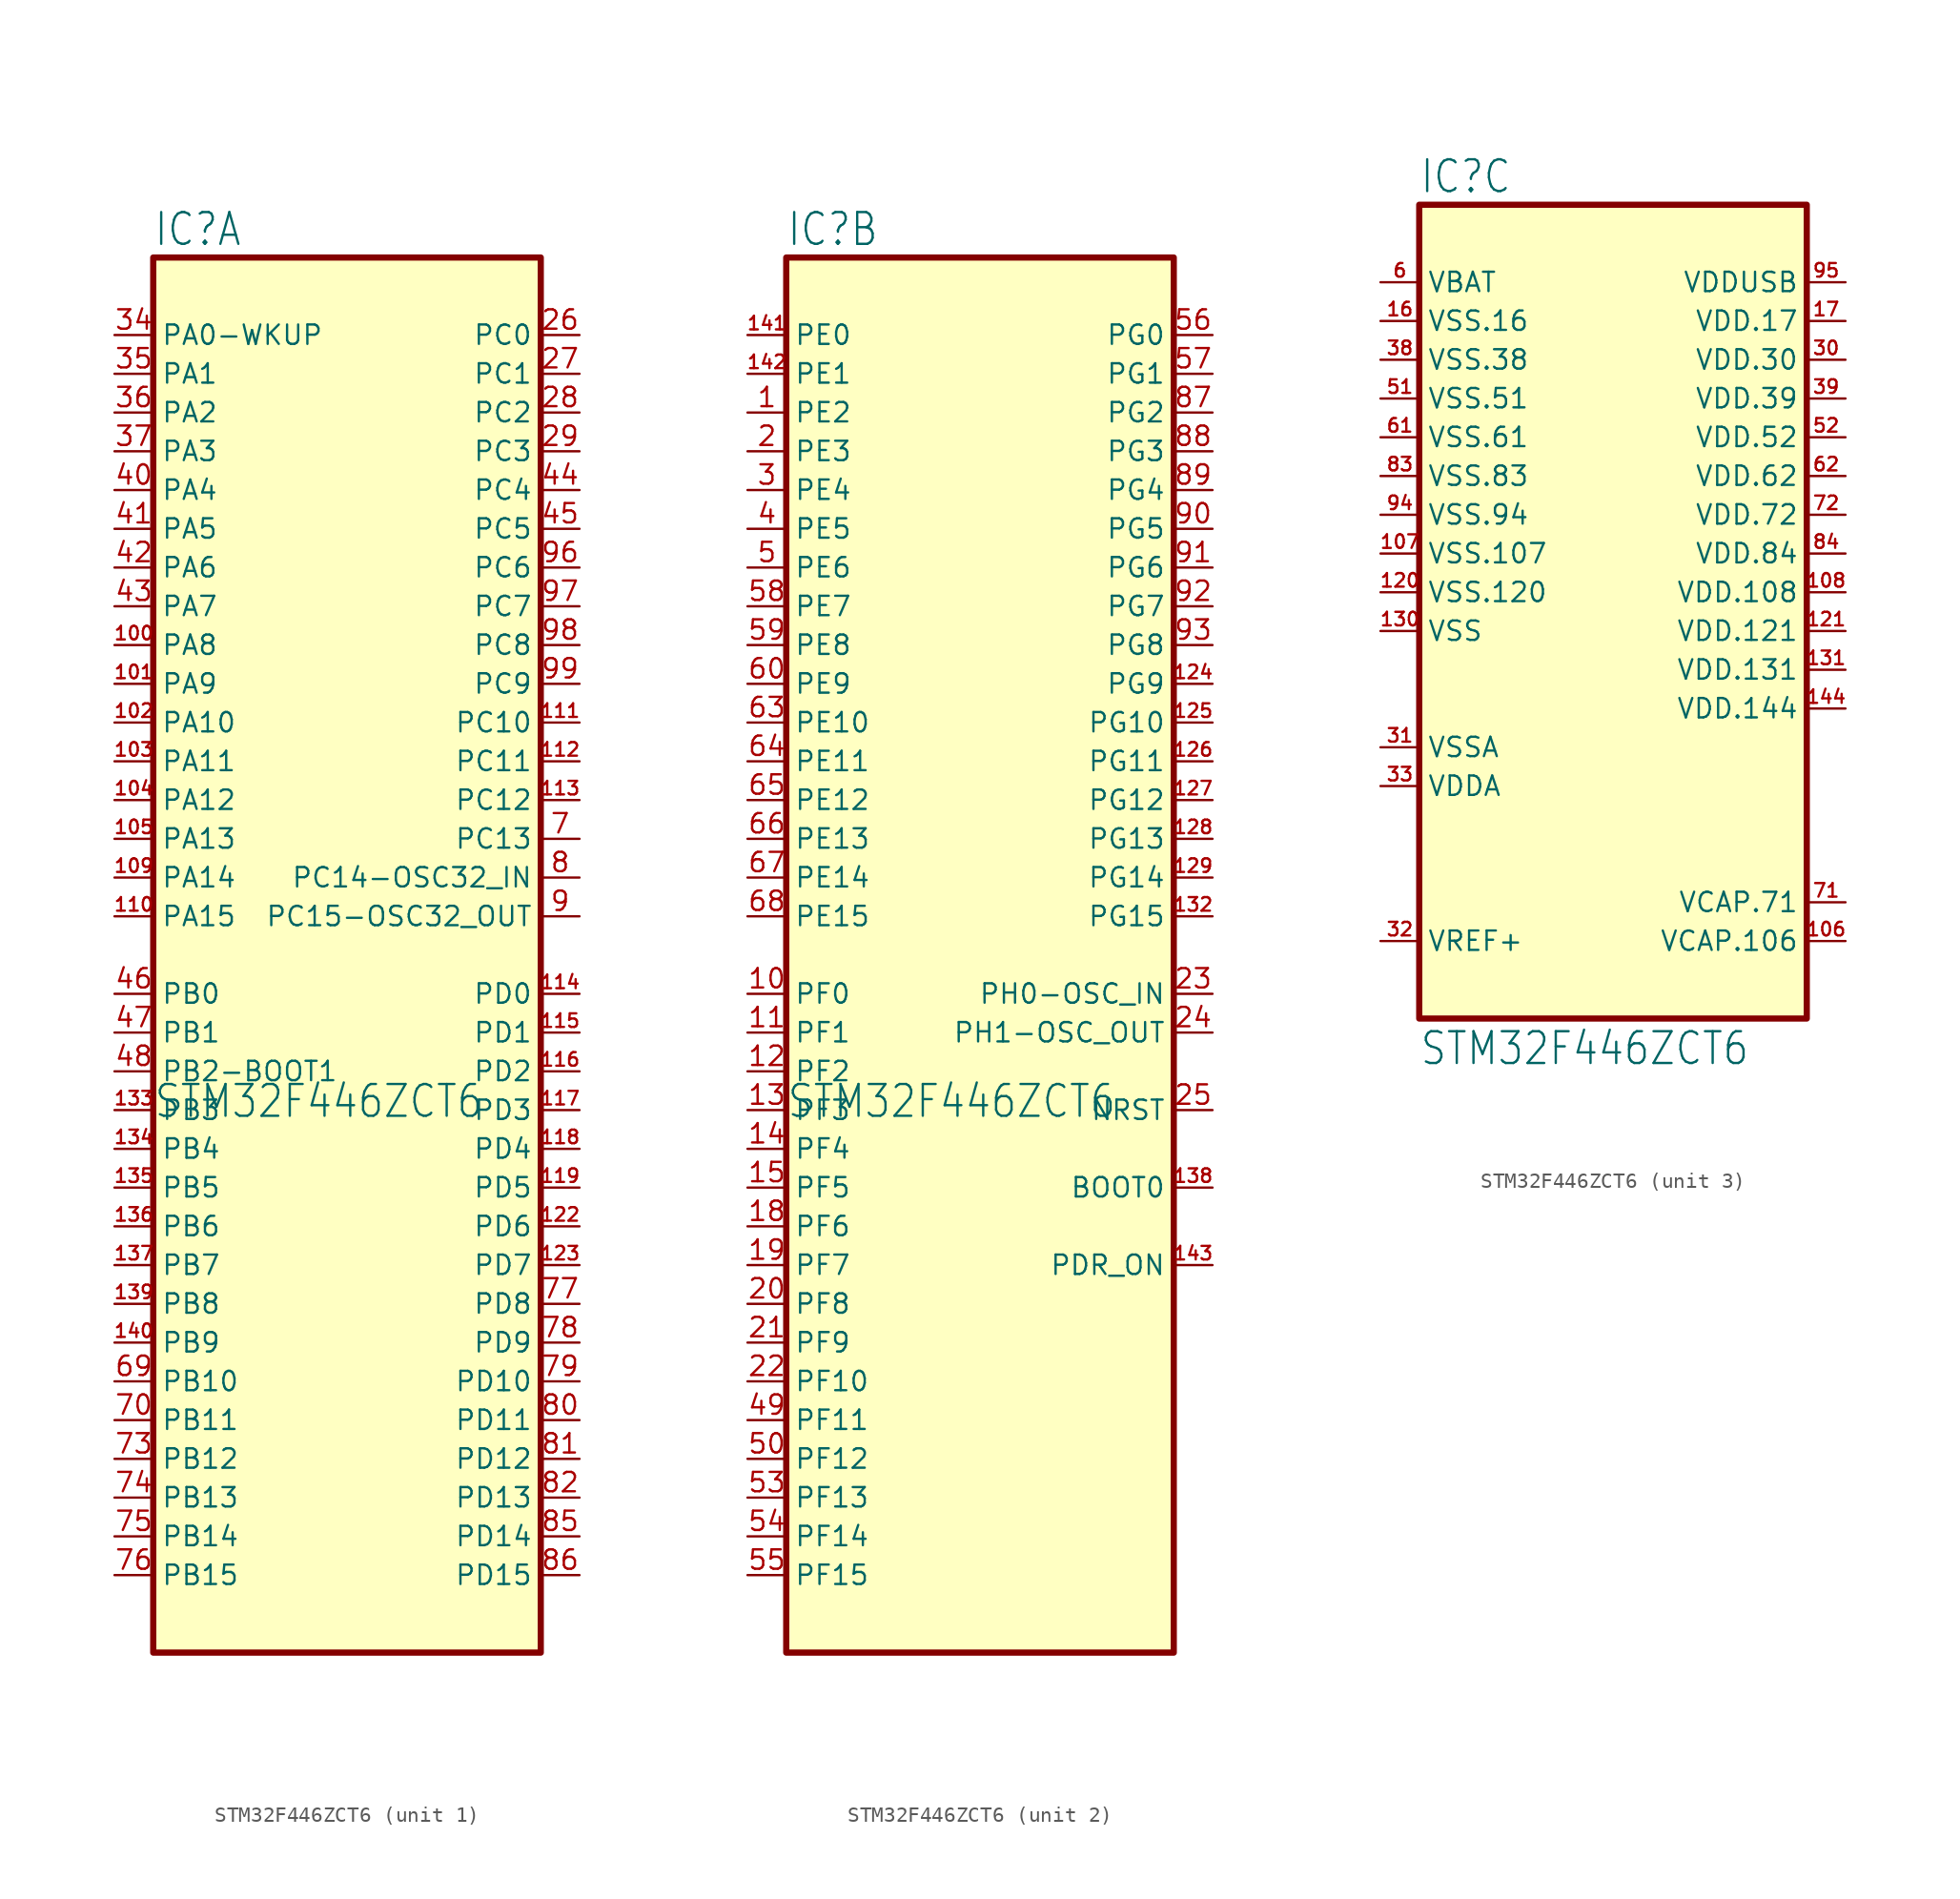
<source format=kicad_sym>
(kicad_symbol_lib
  (version 20220914)
  (generator kicad_symbol_editor)
  (symbol "STM32F446ZCT6"
    (property "Reference" "IC"
      (at 0 0.635 0)
      (effects (font (size 2.083 1.77)) (justify left bottom)))
    (property "Value" "STM32F446ZCT6"
      (at 0 -56.515 0)
      (effects (font (size 2.083 1.77)) (justify left bottom)))
    (property "ki_locked" ""
      (at 0 0 0)
      (effects (font (size 1.27 1.27))))
    (symbol "STM32F446ZCT6_1_0"
      (pin bidirectional line (at -2.54 -25.4 0) (length 2.54) (name "PA8" (effects (font (size 1.27 1.27)))) (number "100" (effects (font (size 0.889 0.889)))))
      (pin bidirectional line (at -2.54 -27.94 0) (length 2.54) (name "PA9" (effects (font (size 1.27 1.27)))) (number "101" (effects (font (size 0.889 0.889)))))
      (pin bidirectional line (at -2.54 -30.48 0) (length 2.54) (name "PA10" (effects (font (size 1.27 1.27)))) (number "102" (effects (font (size 0.889 0.889)))))
      (pin bidirectional line (at -2.54 -33.02 0) (length 2.54) (name "PA11" (effects (font (size 1.27 1.27)))) (number "103" (effects (font (size 0.889 0.889)))))
      (pin bidirectional line (at -2.54 -35.56 0) (length 2.54) (name "PA12" (effects (font (size 1.27 1.27)))) (number "104" (effects (font (size 0.889 0.889)))))
      (pin bidirectional line (at -2.54 -38.1 0) (length 2.54) (name "PA13" (effects (font (size 1.27 1.27)))) (number "105" (effects (font (size 0.889 0.889)))))
      (pin bidirectional line (at -2.54 -40.64 0) (length 2.54) (name "PA14" (effects (font (size 1.27 1.27)))) (number "109" (effects (font (size 0.889 0.889)))))
      (pin bidirectional line (at -2.54 -43.18 0) (length 2.54) (name "PA15" (effects (font (size 1.27 1.27)))) (number "110" (effects (font (size 0.889 0.889)))))
      (pin bidirectional line (at 27.94 -30.48 180) (length 2.54) (name "PC10" (effects (font (size 1.27 1.27)))) (number "111" (effects (font (size 0.889 0.889)))))
      (pin bidirectional line (at 27.94 -33.02 180) (length 2.54) (name "PC11" (effects (font (size 1.27 1.27)))) (number "112" (effects (font (size 0.889 0.889)))))
      (pin bidirectional line (at 27.94 -35.56 180) (length 2.54) (name "PC12" (effects (font (size 1.27 1.27)))) (number "113" (effects (font (size 0.889 0.889)))))
      (pin bidirectional line (at 27.94 -48.26 180) (length 2.54) (name "PD0" (effects (font (size 1.27 1.27)))) (number "114" (effects (font (size 0.889 0.889)))))
      (pin bidirectional line (at 27.94 -50.8 180) (length 2.54) (name "PD1" (effects (font (size 1.27 1.27)))) (number "115" (effects (font (size 0.889 0.889)))))
      (pin bidirectional line (at 27.94 -53.34 180) (length 2.54) (name "PD2" (effects (font (size 1.27 1.27)))) (number "116" (effects (font (size 0.889 0.889)))))
      (pin bidirectional line (at 27.94 -55.88 180) (length 2.54) (name "PD3" (effects (font (size 1.27 1.27)))) (number "117" (effects (font (size 0.889 0.889)))))
      (pin bidirectional line (at 27.94 -58.42 180) (length 2.54) (name "PD4" (effects (font (size 1.27 1.27)))) (number "118" (effects (font (size 0.889 0.889)))))
      (pin bidirectional line (at 27.94 -60.96 180) (length 2.54) (name "PD5" (effects (font (size 1.27 1.27)))) (number "119" (effects (font (size 0.889 0.889)))))
      (pin bidirectional line (at 27.94 -63.5 180) (length 2.54) (name "PD6" (effects (font (size 1.27 1.27)))) (number "122" (effects (font (size 0.889 0.889)))))
      (pin bidirectional line (at 27.94 -66.04 180) (length 2.54) (name "PD7" (effects (font (size 1.27 1.27)))) (number "123" (effects (font (size 0.889 0.889)))))
      (pin bidirectional line (at -2.54 -55.88 0) (length 2.54) (name "PB3" (effects (font (size 1.27 1.27)))) (number "133" (effects (font (size 0.889 0.889)))))
      (pin bidirectional line (at -2.54 -58.42 0) (length 2.54) (name "PB4" (effects (font (size 1.27 1.27)))) (number "134" (effects (font (size 0.889 0.889)))))
      (pin bidirectional line (at -2.54 -60.96 0) (length 2.54) (name "PB5" (effects (font (size 1.27 1.27)))) (number "135" (effects (font (size 0.889 0.889)))))
      (pin bidirectional line (at -2.54 -63.5 0) (length 2.54) (name "PB6" (effects (font (size 1.27 1.27)))) (number "136" (effects (font (size 0.889 0.889)))))
      (pin bidirectional line (at -2.54 -66.04 0) (length 2.54) (name "PB7" (effects (font (size 1.27 1.27)))) (number "137" (effects (font (size 0.889 0.889)))))
      (pin bidirectional line (at -2.54 -68.58 0) (length 2.54) (name "PB8" (effects (font (size 1.27 1.27)))) (number "139" (effects (font (size 0.889 0.889)))))
      (pin bidirectional line (at -2.54 -71.12 0) (length 2.54) (name "PB9" (effects (font (size 1.27 1.27)))) (number "140" (effects (font (size 0.889 0.889)))))
      (pin bidirectional line (at 27.94 -5.08 180) (length 2.54) (name "PC0" (effects (font (size 1.27 1.27)))) (number "26" (effects (font (size 1.27 1.27)))))
      (pin bidirectional line (at 27.94 -7.62 180) (length 2.54) (name "PC1" (effects (font (size 1.27 1.27)))) (number "27" (effects (font (size 1.27 1.27)))))
      (pin bidirectional line (at 27.94 -10.16 180) (length 2.54) (name "PC2" (effects (font (size 1.27 1.27)))) (number "28" (effects (font (size 1.27 1.27)))))
      (pin bidirectional line (at 27.94 -12.7 180) (length 2.54) (name "PC3" (effects (font (size 1.27 1.27)))) (number "29" (effects (font (size 1.27 1.27)))))
      (pin bidirectional line (at -2.54 -5.08 0) (length 2.54) (name "PA0-WKUP" (effects (font (size 1.27 1.27)))) (number "34" (effects (font (size 1.27 1.27)))))
      (pin bidirectional line (at -2.54 -7.62 0) (length 2.54) (name "PA1" (effects (font (size 1.27 1.27)))) (number "35" (effects (font (size 1.27 1.27)))))
      (pin bidirectional line (at -2.54 -10.16 0) (length 2.54) (name "PA2" (effects (font (size 1.27 1.27)))) (number "36" (effects (font (size 1.27 1.27)))))
      (pin bidirectional line (at -2.54 -12.7 0) (length 2.54) (name "PA3" (effects (font (size 1.27 1.27)))) (number "37" (effects (font (size 1.27 1.27)))))
      (pin bidirectional line (at -2.54 -15.24 0) (length 2.54) (name "PA4" (effects (font (size 1.27 1.27)))) (number "40" (effects (font (size 1.27 1.27)))))
      (pin bidirectional line (at -2.54 -17.78 0) (length 2.54) (name "PA5" (effects (font (size 1.27 1.27)))) (number "41" (effects (font (size 1.27 1.27)))))
      (pin bidirectional line (at -2.54 -20.32 0) (length 2.54) (name "PA6" (effects (font (size 1.27 1.27)))) (number "42" (effects (font (size 1.27 1.27)))))
      (pin bidirectional line (at -2.54 -22.86 0) (length 2.54) (name "PA7" (effects (font (size 1.27 1.27)))) (number "43" (effects (font (size 1.27 1.27)))))
      (pin bidirectional line (at 27.94 -15.24 180) (length 2.54) (name "PC4" (effects (font (size 1.27 1.27)))) (number "44" (effects (font (size 1.27 1.27)))))
      (pin bidirectional line (at 27.94 -17.78 180) (length 2.54) (name "PC5" (effects (font (size 1.27 1.27)))) (number "45" (effects (font (size 1.27 1.27)))))
      (pin bidirectional line (at -2.54 -48.26 0) (length 2.54) (name "PB0" (effects (font (size 1.27 1.27)))) (number "46" (effects (font (size 1.27 1.27)))))
      (pin bidirectional line (at -2.54 -50.8 0) (length 2.54) (name "PB1" (effects (font (size 1.27 1.27)))) (number "47" (effects (font (size 1.27 1.27)))))
      (pin bidirectional line (at -2.54 -53.34 0) (length 2.54) (name "PB2-BOOT1" (effects (font (size 1.27 1.27)))) (number "48" (effects (font (size 1.27 1.27)))))
      (pin bidirectional line (at -2.54 -73.66 0) (length 2.54) (name "PB10" (effects (font (size 1.27 1.27)))) (number "69" (effects (font (size 1.27 1.27)))))
      (pin bidirectional line (at 27.94 -38.1 180) (length 2.54) (name "PC13" (effects (font (size 1.27 1.27)))) (number "7" (effects (font (size 1.27 1.27)))))
      (pin bidirectional line (at -2.54 -76.2 0) (length 2.54) (name "PB11" (effects (font (size 1.27 1.27)))) (number "70" (effects (font (size 1.27 1.27)))))
      (pin bidirectional line (at -2.54 -78.74 0) (length 2.54) (name "PB12" (effects (font (size 1.27 1.27)))) (number "73" (effects (font (size 1.27 1.27)))))
      (pin bidirectional line (at -2.54 -81.28 0) (length 2.54) (name "PB13" (effects (font (size 1.27 1.27)))) (number "74" (effects (font (size 1.27 1.27)))))
      (pin bidirectional line (at -2.54 -83.82 0) (length 2.54) (name "PB14" (effects (font (size 1.27 1.27)))) (number "75" (effects (font (size 1.27 1.27)))))
      (pin bidirectional line (at -2.54 -86.36 0) (length 2.54) (name "PB15" (effects (font (size 1.27 1.27)))) (number "76" (effects (font (size 1.27 1.27)))))
      (pin bidirectional line (at 27.94 -68.58 180) (length 2.54) (name "PD8" (effects (font (size 1.27 1.27)))) (number "77" (effects (font (size 1.27 1.27)))))
      (pin bidirectional line (at 27.94 -71.12 180) (length 2.54) (name "PD9" (effects (font (size 1.27 1.27)))) (number "78" (effects (font (size 1.27 1.27)))))
      (pin bidirectional line (at 27.94 -73.66 180) (length 2.54) (name "PD10" (effects (font (size 1.27 1.27)))) (number "79" (effects (font (size 1.27 1.27)))))
      (pin bidirectional line (at 27.94 -40.64 180) (length 2.54) (name "PC14-OSC32_IN" (effects (font (size 1.27 1.27)))) (number "8" (effects (font (size 1.27 1.27)))))
      (pin bidirectional line (at 27.94 -76.2 180) (length 2.54) (name "PD11" (effects (font (size 1.27 1.27)))) (number "80" (effects (font (size 1.27 1.27)))))
      (pin bidirectional line (at 27.94 -78.74 180) (length 2.54) (name "PD12" (effects (font (size 1.27 1.27)))) (number "81" (effects (font (size 1.27 1.27)))))
      (pin bidirectional line (at 27.94 -81.28 180) (length 2.54) (name "PD13" (effects (font (size 1.27 1.27)))) (number "82" (effects (font (size 1.27 1.27)))))
      (pin bidirectional line (at 27.94 -83.82 180) (length 2.54) (name "PD14" (effects (font (size 1.27 1.27)))) (number "85" (effects (font (size 1.27 1.27)))))
      (pin bidirectional line (at 27.94 -86.36 180) (length 2.54) (name "PD15" (effects (font (size 1.27 1.27)))) (number "86" (effects (font (size 1.27 1.27)))))
      (pin bidirectional line (at 27.94 -43.18 180) (length 2.54) (name "PC15-OSC32_OUT" (effects (font (size 1.27 1.27)))) (number "9" (effects (font (size 1.27 1.27)))))
      (pin bidirectional line (at 27.94 -20.32 180) (length 2.54) (name "PC6" (effects (font (size 1.27 1.27)))) (number "96" (effects (font (size 1.27 1.27)))))
      (pin bidirectional line (at 27.94 -22.86 180) (length 2.54) (name "PC7" (effects (font (size 1.27 1.27)))) (number "97" (effects (font (size 1.27 1.27)))))
      (pin bidirectional line (at 27.94 -25.4 180) (length 2.54) (name "PC8" (effects (font (size 1.27 1.27)))) (number "98" (effects (font (size 1.27 1.27)))))
      (pin bidirectional line (at 27.94 -27.94 180) (length 2.54) (name "PC9" (effects (font (size 1.27 1.27)))) (number "99" (effects (font (size 1.27 1.27))))))
    (symbol "STM32F446ZCT6_1_1"
      (rectangle (start 0 0) (end 25.4 -91.44) (stroke (width 0.406) (type default)) (fill (type background))))
    (symbol "STM32F446ZCT6_2_0"
      (pin bidirectional line (at -2.54 -10.16 0) (length 2.54) (name "PE2" (effects (font (size 1.27 1.27)))) (number "1" (effects (font (size 1.27 1.27)))))
      (pin bidirectional line (at -2.54 -48.26 0) (length 2.54) (name "PF0" (effects (font (size 1.27 1.27)))) (number "10" (effects (font (size 1.27 1.27)))))
      (pin bidirectional line (at -2.54 -50.8 0) (length 2.54) (name "PF1" (effects (font (size 1.27 1.27)))) (number "11" (effects (font (size 1.27 1.27)))))
      (pin bidirectional line (at -2.54 -53.34 0) (length 2.54) (name "PF2" (effects (font (size 1.27 1.27)))) (number "12" (effects (font (size 1.27 1.27)))))
      (pin bidirectional line (at 27.94 -27.94 180) (length 2.54) (name "PG9" (effects (font (size 1.27 1.27)))) (number "124" (effects (font (size 0.889 0.889)))))
      (pin bidirectional line (at 27.94 -30.48 180) (length 2.54) (name "PG10" (effects (font (size 1.27 1.27)))) (number "125" (effects (font (size 0.889 0.889)))))
      (pin bidirectional line (at 27.94 -33.02 180) (length 2.54) (name "PG11" (effects (font (size 1.27 1.27)))) (number "126" (effects (font (size 0.889 0.889)))))
      (pin bidirectional line (at 27.94 -35.56 180) (length 2.54) (name "PG12" (effects (font (size 1.27 1.27)))) (number "127" (effects (font (size 0.889 0.889)))))
      (pin bidirectional line (at 27.94 -38.1 180) (length 2.54) (name "PG13" (effects (font (size 1.27 1.27)))) (number "128" (effects (font (size 0.889 0.889)))))
      (pin bidirectional line (at 27.94 -40.64 180) (length 2.54) (name "PG14" (effects (font (size 1.27 1.27)))) (number "129" (effects (font (size 0.889 0.889)))))
      (pin bidirectional line (at -2.54 -55.88 0) (length 2.54) (name "PF3" (effects (font (size 1.27 1.27)))) (number "13" (effects (font (size 1.27 1.27)))))
      (pin bidirectional line (at 27.94 -43.18 180) (length 2.54) (name "PG15" (effects (font (size 1.27 1.27)))) (number "132" (effects (font (size 0.889 0.889)))))
      (pin input line (at 27.94 -60.96 180) (length 2.54) (name "BOOT0" (effects (font (size 1.27 1.27)))) (number "138" (effects (font (size 0.889 0.889)))))
      (pin bidirectional line (at -2.54 -58.42 0) (length 2.54) (name "PF4" (effects (font (size 1.27 1.27)))) (number "14" (effects (font (size 1.27 1.27)))))
      (pin bidirectional line (at -2.54 -5.08 0) (length 2.54) (name "PE0" (effects (font (size 1.27 1.27)))) (number "141" (effects (font (size 0.889 0.889)))))
      (pin bidirectional line (at -2.54 -7.62 0) (length 2.54) (name "PE1" (effects (font (size 1.27 1.27)))) (number "142" (effects (font (size 0.889 0.889)))))
      (pin input line (at 27.94 -66.04 180) (length 2.54) (name "PDR_ON" (effects (font (size 1.27 1.27)))) (number "143" (effects (font (size 0.889 0.889)))))
      (pin bidirectional line (at -2.54 -60.96 0) (length 2.54) (name "PF5" (effects (font (size 1.27 1.27)))) (number "15" (effects (font (size 1.27 1.27)))))
      (pin bidirectional line (at -2.54 -63.5 0) (length 2.54) (name "PF6" (effects (font (size 1.27 1.27)))) (number "18" (effects (font (size 1.27 1.27)))))
      (pin bidirectional line (at -2.54 -66.04 0) (length 2.54) (name "PF7" (effects (font (size 1.27 1.27)))) (number "19" (effects (font (size 1.27 1.27)))))
      (pin bidirectional line (at -2.54 -12.7 0) (length 2.54) (name "PE3" (effects (font (size 1.27 1.27)))) (number "2" (effects (font (size 1.27 1.27)))))
      (pin bidirectional line (at -2.54 -68.58 0) (length 2.54) (name "PF8" (effects (font (size 1.27 1.27)))) (number "20" (effects (font (size 1.27 1.27)))))
      (pin bidirectional line (at -2.54 -71.12 0) (length 2.54) (name "PF9" (effects (font (size 1.27 1.27)))) (number "21" (effects (font (size 1.27 1.27)))))
      (pin bidirectional line (at -2.54 -73.66 0) (length 2.54) (name "PF10" (effects (font (size 1.27 1.27)))) (number "22" (effects (font (size 1.27 1.27)))))
      (pin bidirectional line (at 27.94 -48.26 180) (length 2.54) (name "PH0-OSC_IN" (effects (font (size 1.27 1.27)))) (number "23" (effects (font (size 1.27 1.27)))))
      (pin bidirectional line (at 27.94 -50.8 180) (length 2.54) (name "PH1-OSC_OUT" (effects (font (size 1.27 1.27)))) (number "24" (effects (font (size 1.27 1.27)))))
      (pin bidirectional line (at 27.94 -55.88 180) (length 2.54) (name "NRST" (effects (font (size 1.27 1.27)))) (number "25" (effects (font (size 1.27 1.27)))))
      (pin bidirectional line (at -2.54 -15.24 0) (length 2.54) (name "PE4" (effects (font (size 1.27 1.27)))) (number "3" (effects (font (size 1.27 1.27)))))
      (pin bidirectional line (at -2.54 -17.78 0) (length 2.54) (name "PE5" (effects (font (size 1.27 1.27)))) (number "4" (effects (font (size 1.27 1.27)))))
      (pin bidirectional line (at -2.54 -76.2 0) (length 2.54) (name "PF11" (effects (font (size 1.27 1.27)))) (number "49" (effects (font (size 1.27 1.27)))))
      (pin bidirectional line (at -2.54 -20.32 0) (length 2.54) (name "PE6" (effects (font (size 1.27 1.27)))) (number "5" (effects (font (size 1.27 1.27)))))
      (pin bidirectional line (at -2.54 -78.74 0) (length 2.54) (name "PF12" (effects (font (size 1.27 1.27)))) (number "50" (effects (font (size 1.27 1.27)))))
      (pin bidirectional line (at -2.54 -81.28 0) (length 2.54) (name "PF13" (effects (font (size 1.27 1.27)))) (number "53" (effects (font (size 1.27 1.27)))))
      (pin bidirectional line (at -2.54 -83.82 0) (length 2.54) (name "PF14" (effects (font (size 1.27 1.27)))) (number "54" (effects (font (size 1.27 1.27)))))
      (pin bidirectional line (at -2.54 -86.36 0) (length 2.54) (name "PF15" (effects (font (size 1.27 1.27)))) (number "55" (effects (font (size 1.27 1.27)))))
      (pin bidirectional line (at 27.94 -5.08 180) (length 2.54) (name "PG0" (effects (font (size 1.27 1.27)))) (number "56" (effects (font (size 1.27 1.27)))))
      (pin bidirectional line (at 27.94 -7.62 180) (length 2.54) (name "PG1" (effects (font (size 1.27 1.27)))) (number "57" (effects (font (size 1.27 1.27)))))
      (pin bidirectional line (at -2.54 -22.86 0) (length 2.54) (name "PE7" (effects (font (size 1.27 1.27)))) (number "58" (effects (font (size 1.27 1.27)))))
      (pin bidirectional line (at -2.54 -25.4 0) (length 2.54) (name "PE8" (effects (font (size 1.27 1.27)))) (number "59" (effects (font (size 1.27 1.27)))))
      (pin bidirectional line (at -2.54 -27.94 0) (length 2.54) (name "PE9" (effects (font (size 1.27 1.27)))) (number "60" (effects (font (size 1.27 1.27)))))
      (pin bidirectional line (at -2.54 -30.48 0) (length 2.54) (name "PE10" (effects (font (size 1.27 1.27)))) (number "63" (effects (font (size 1.27 1.27)))))
      (pin bidirectional line (at -2.54 -33.02 0) (length 2.54) (name "PE11" (effects (font (size 1.27 1.27)))) (number "64" (effects (font (size 1.27 1.27)))))
      (pin bidirectional line (at -2.54 -35.56 0) (length 2.54) (name "PE12" (effects (font (size 1.27 1.27)))) (number "65" (effects (font (size 1.27 1.27)))))
      (pin bidirectional line (at -2.54 -38.1 0) (length 2.54) (name "PE13" (effects (font (size 1.27 1.27)))) (number "66" (effects (font (size 1.27 1.27)))))
      (pin bidirectional line (at -2.54 -40.64 0) (length 2.54) (name "PE14" (effects (font (size 1.27 1.27)))) (number "67" (effects (font (size 1.27 1.27)))))
      (pin bidirectional line (at -2.54 -43.18 0) (length 2.54) (name "PE15" (effects (font (size 1.27 1.27)))) (number "68" (effects (font (size 1.27 1.27)))))
      (pin bidirectional line (at 27.94 -10.16 180) (length 2.54) (name "PG2" (effects (font (size 1.27 1.27)))) (number "87" (effects (font (size 1.27 1.27)))))
      (pin bidirectional line (at 27.94 -12.7 180) (length 2.54) (name "PG3" (effects (font (size 1.27 1.27)))) (number "88" (effects (font (size 1.27 1.27)))))
      (pin bidirectional line (at 27.94 -15.24 180) (length 2.54) (name "PG4" (effects (font (size 1.27 1.27)))) (number "89" (effects (font (size 1.27 1.27)))))
      (pin bidirectional line (at 27.94 -17.78 180) (length 2.54) (name "PG5" (effects (font (size 1.27 1.27)))) (number "90" (effects (font (size 1.27 1.27)))))
      (pin bidirectional line (at 27.94 -20.32 180) (length 2.54) (name "PG6" (effects (font (size 1.27 1.27)))) (number "91" (effects (font (size 1.27 1.27)))))
      (pin bidirectional line (at 27.94 -22.86 180) (length 2.54) (name "PG7" (effects (font (size 1.27 1.27)))) (number "92" (effects (font (size 1.27 1.27)))))
      (pin bidirectional line (at 27.94 -25.4 180) (length 2.54) (name "PG8" (effects (font (size 1.27 1.27)))) (number "93" (effects (font (size 1.27 1.27))))))
    (symbol "STM32F446ZCT6_2_1"
      (rectangle (start 0 0) (end 25.4 -91.44) (stroke (width 0.406) (type default)) (fill (type background))))
    (symbol "STM32F446ZCT6_3_0"
      (pin passive line (at 27.94 -48.26 180) (length 2.54) (name "VCAP.106" (effects (font (size 1.27 1.27)))) (number "106" (effects (font (size 0.889 0.889)))))
      (pin power_in line (at -2.54 -22.86 0) (length 2.54) (name "VSS.107" (effects (font (size 1.27 1.27)))) (number "107" (effects (font (size 0.889 0.889)))))
      (pin power_in line (at 27.94 -25.4 180) (length 2.54) (name "VDD.108" (effects (font (size 1.27 1.27)))) (number "108" (effects (font (size 0.889 0.889)))))
      (pin power_in line (at -2.54 -25.4 0) (length 2.54) (name "VSS.120" (effects (font (size 1.27 1.27)))) (number "120" (effects (font (size 0.889 0.889)))))
      (pin power_in line (at 27.94 -27.94 180) (length 2.54) (name "VDD.121" (effects (font (size 1.27 1.27)))) (number "121" (effects (font (size 0.889 0.889)))))
      (pin power_in line (at -2.54 -27.94 0) (length 2.54) (name "VSS" (effects (font (size 1.27 1.27)))) (number "130" (effects (font (size 0.889 0.889)))))
      (pin power_in line (at 27.94 -30.48 180) (length 2.54) (name "VDD.131" (effects (font (size 1.27 1.27)))) (number "131" (effects (font (size 0.889 0.889)))))
      (pin power_in line (at 27.94 -33.02 180) (length 2.54) (name "VDD.144" (effects (font (size 1.27 1.27)))) (number "144" (effects (font (size 0.889 0.889)))))
      (pin power_in line (at -2.54 -7.62 0) (length 2.54) (name "VSS.16" (effects (font (size 1.27 1.27)))) (number "16" (effects (font (size 0.889 0.889)))))
      (pin power_in line (at 27.94 -7.62 180) (length 2.54) (name "VDD.17" (effects (font (size 1.27 1.27)))) (number "17" (effects (font (size 0.889 0.889)))))
      (pin power_in line (at 27.94 -10.16 180) (length 2.54) (name "VDD.30" (effects (font (size 1.27 1.27)))) (number "30" (effects (font (size 0.889 0.889)))))
      (pin power_in line (at -2.54 -35.56 0) (length 2.54) (name "VSSA" (effects (font (size 1.27 1.27)))) (number "31" (effects (font (size 0.889 0.889)))))
      (pin power_in line (at -2.54 -48.26 0) (length 2.54) (name "VREF+" (effects (font (size 1.27 1.27)))) (number "32" (effects (font (size 0.889 0.889)))))
      (pin power_in line (at -2.54 -38.1 0) (length 2.54) (name "VDDA" (effects (font (size 1.27 1.27)))) (number "33" (effects (font (size 0.889 0.889)))))
      (pin power_in line (at -2.54 -10.16 0) (length 2.54) (name "VSS.38" (effects (font (size 1.27 1.27)))) (number "38" (effects (font (size 0.889 0.889)))))
      (pin power_in line (at 27.94 -12.7 180) (length 2.54) (name "VDD.39" (effects (font (size 1.27 1.27)))) (number "39" (effects (font (size 0.889 0.889)))))
      (pin power_in line (at -2.54 -12.7 0) (length 2.54) (name "VSS.51" (effects (font (size 1.27 1.27)))) (number "51" (effects (font (size 0.889 0.889)))))
      (pin power_in line (at 27.94 -15.24 180) (length 2.54) (name "VDD.52" (effects (font (size 1.27 1.27)))) (number "52" (effects (font (size 0.889 0.889)))))
      (pin power_in line (at -2.54 -5.08 0) (length 2.54) (name "VBAT" (effects (font (size 1.27 1.27)))) (number "6" (effects (font (size 0.889 0.889)))))
      (pin power_in line (at -2.54 -15.24 0) (length 2.54) (name "VSS.61" (effects (font (size 1.27 1.27)))) (number "61" (effects (font (size 0.889 0.889)))))
      (pin power_in line (at 27.94 -17.78 180) (length 2.54) (name "VDD.62" (effects (font (size 1.27 1.27)))) (number "62" (effects (font (size 0.889 0.889)))))
      (pin passive line (at 27.94 -45.72 180) (length 2.54) (name "VCAP.71" (effects (font (size 1.27 1.27)))) (number "71" (effects (font (size 0.889 0.889)))))
      (pin power_in line (at 27.94 -20.32 180) (length 2.54) (name "VDD.72" (effects (font (size 1.27 1.27)))) (number "72" (effects (font (size 0.889 0.889)))))
      (pin power_in line (at -2.54 -17.78 0) (length 2.54) (name "VSS.83" (effects (font (size 1.27 1.27)))) (number "83" (effects (font (size 0.889 0.889)))))
      (pin power_in line (at 27.94 -22.86 180) (length 2.54) (name "VDD.84" (effects (font (size 1.27 1.27)))) (number "84" (effects (font (size 0.889 0.889)))))
      (pin power_in line (at -2.54 -20.32 0) (length 2.54) (name "VSS.94" (effects (font (size 1.27 1.27)))) (number "94" (effects (font (size 0.889 0.889)))))
      (pin power_in line (at 27.94 -5.08 180) (length 2.54) (name "VDDUSB" (effects (font (size 1.27 1.27)))) (number "95" (effects (font (size 0.889 0.889))))))
    (symbol "STM32F446ZCT6_3_1"
      (rectangle (start 0 0) (end 25.4 -53.34) (stroke (width 0.406) (type default)) (fill (type background))))))
</source>
